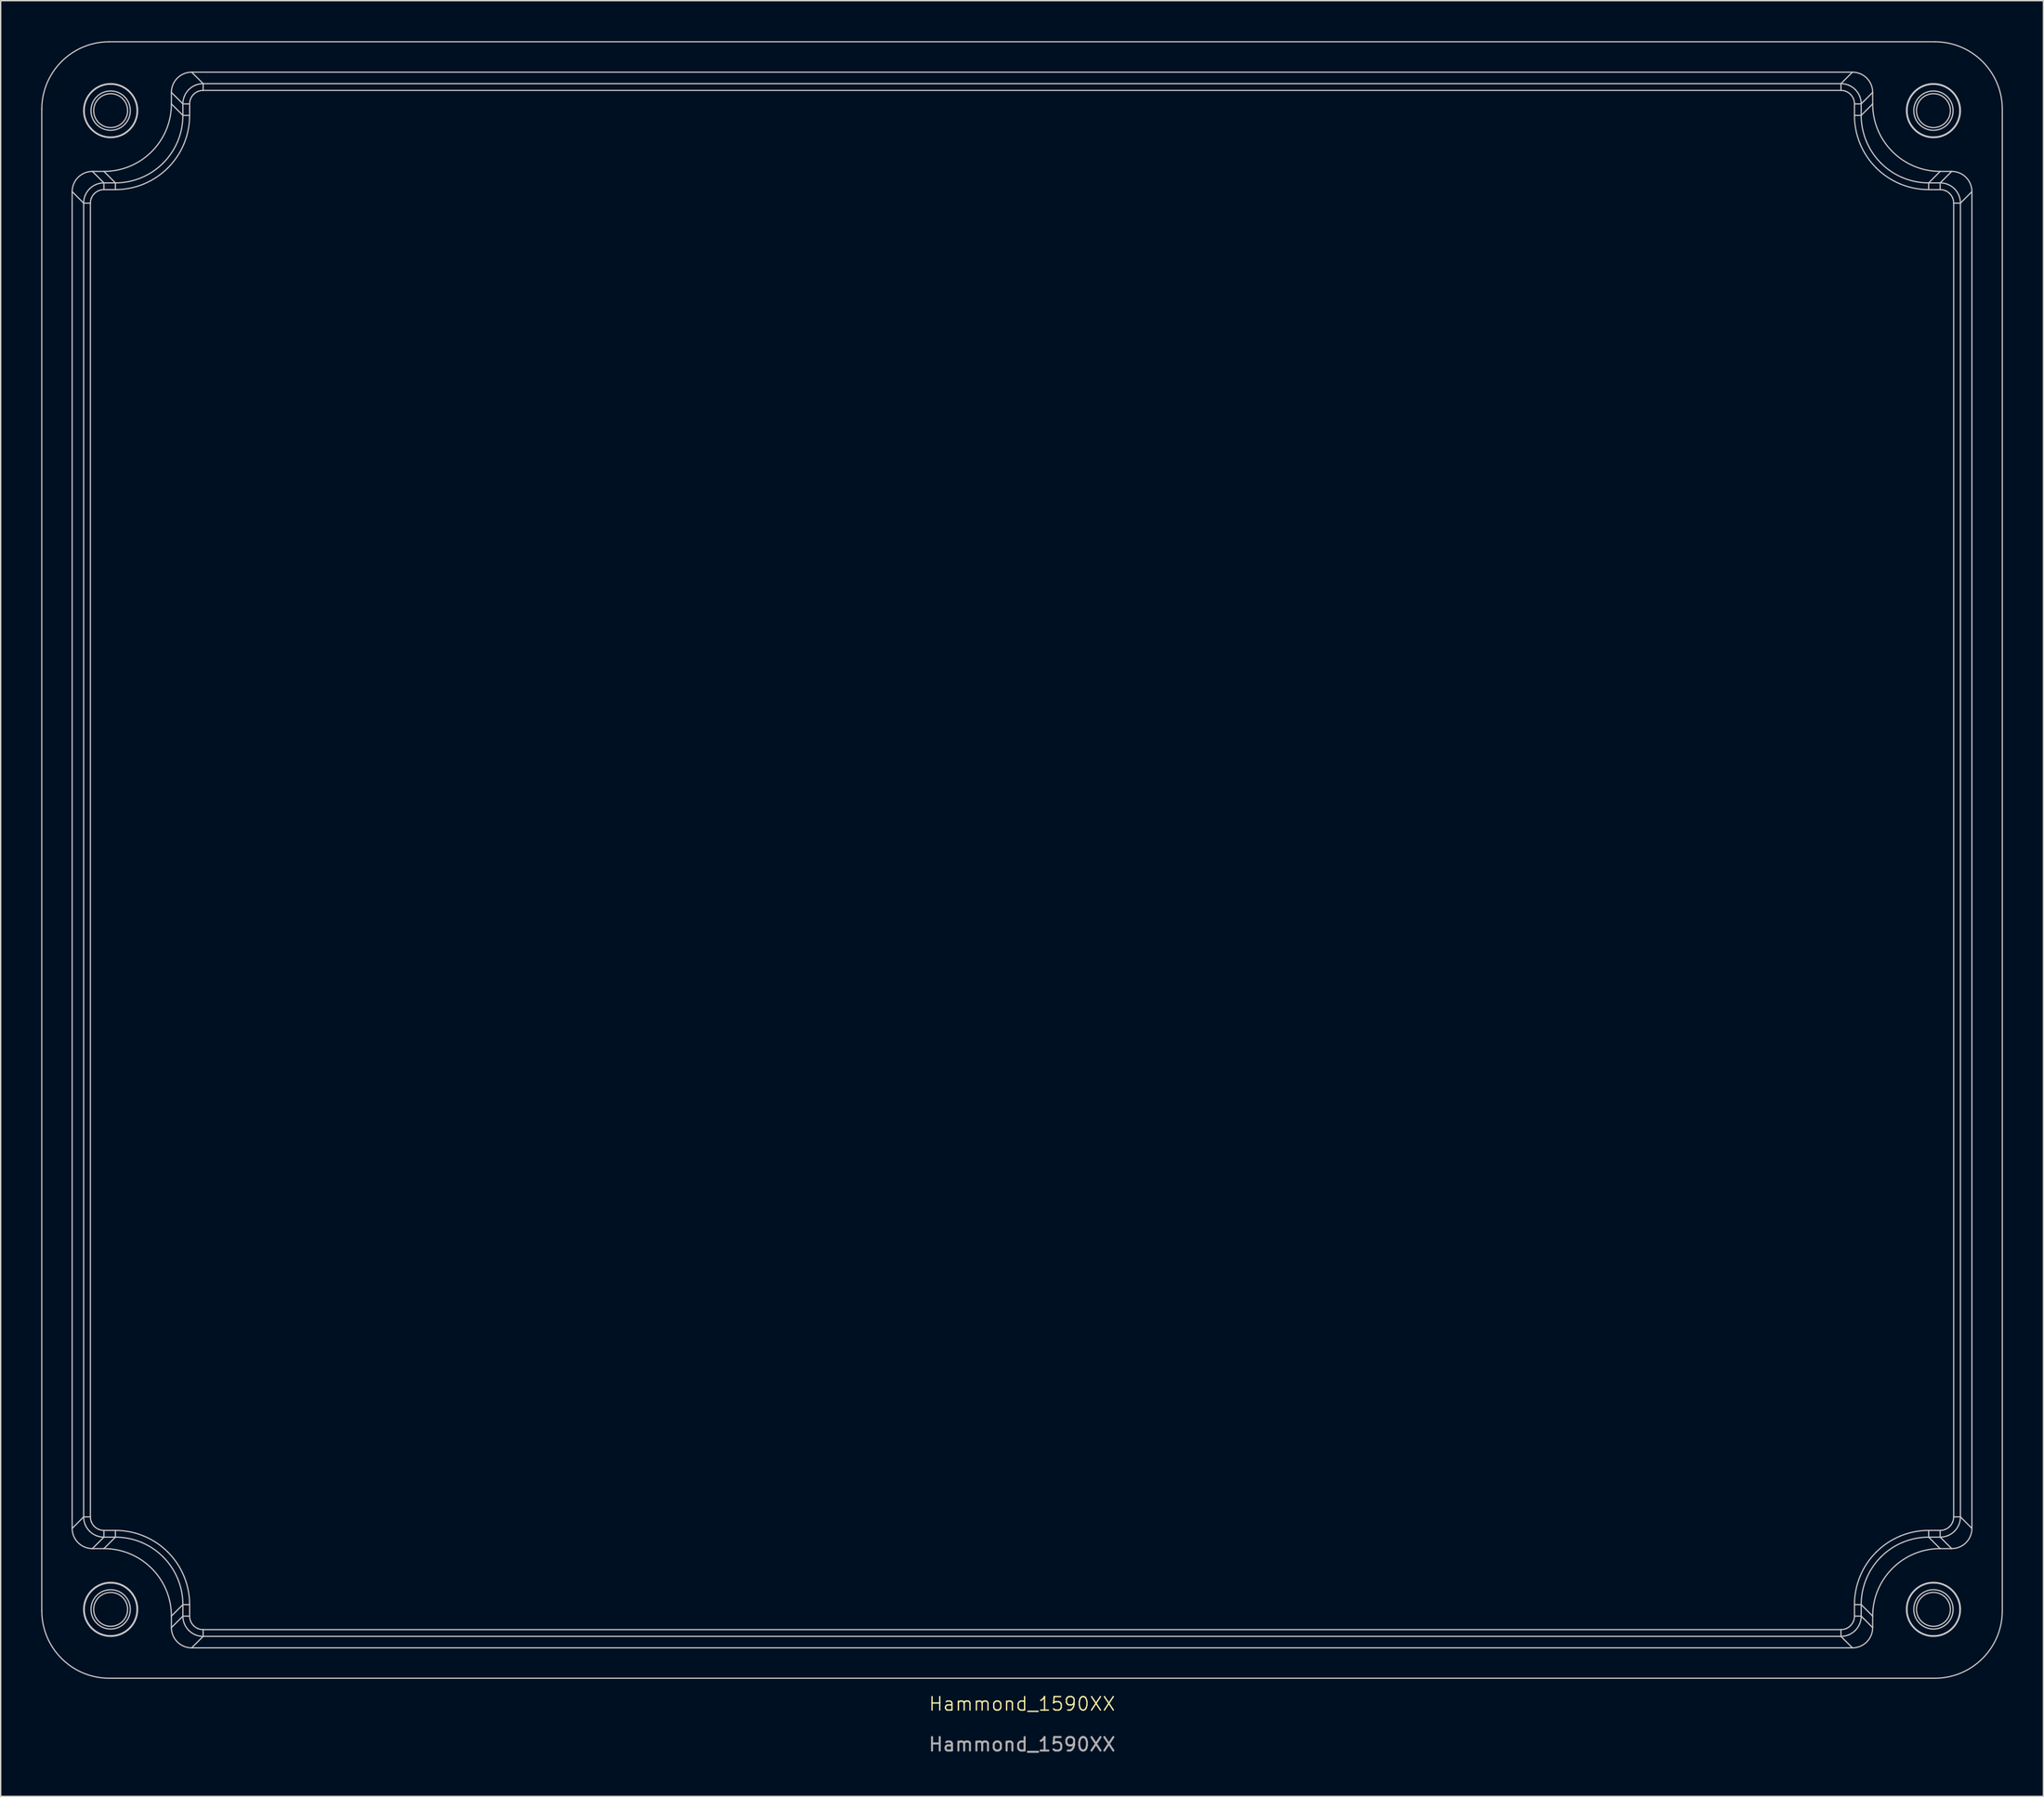
<source format=kicad_pcb>
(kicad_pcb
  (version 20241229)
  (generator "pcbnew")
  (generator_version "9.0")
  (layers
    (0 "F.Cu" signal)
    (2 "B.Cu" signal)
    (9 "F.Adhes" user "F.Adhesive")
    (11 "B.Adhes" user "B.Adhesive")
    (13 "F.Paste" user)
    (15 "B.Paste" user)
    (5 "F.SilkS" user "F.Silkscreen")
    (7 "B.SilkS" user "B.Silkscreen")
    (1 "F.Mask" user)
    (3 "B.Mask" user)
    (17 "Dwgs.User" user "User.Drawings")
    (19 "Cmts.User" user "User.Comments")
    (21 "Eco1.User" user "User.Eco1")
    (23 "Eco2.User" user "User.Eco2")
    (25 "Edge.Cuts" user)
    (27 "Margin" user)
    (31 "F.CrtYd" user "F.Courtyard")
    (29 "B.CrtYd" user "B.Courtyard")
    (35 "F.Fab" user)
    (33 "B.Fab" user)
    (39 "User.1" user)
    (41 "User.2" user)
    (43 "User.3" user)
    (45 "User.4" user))
  (footprint "Hammond_1590XX"
    (layer "F.Cu")
    (at 72.645 60.645)
    (property "Reference" "Hammond_1590XX" (at 0 62.5 0) (unlocked yes) (layer "F.SilkS") (effects (font (size 1 1) (thickness 0.1))))
    (fp_line (start -72.6 55.602) (end -72.6 -55.602) (stroke (width 0.09) (type solid)) (layer "Dwgs.User"))
    (fp_line (start -70.35 -49.501) (end -70.35 49.501) (stroke (width 0.09) (type solid)) (layer "Dwgs.User"))
    (fp_line (start -70.35 49.501) (end -69.5 48.65) (stroke (width 0.09) (type solid)) (layer "Dwgs.User"))
    (fp_line (start -69.5 -48.65) (end -70.35 -49.501) (stroke (width 0.09) (type solid)) (layer "Dwgs.User"))
    (fp_line (start -69.5 -48.65) (end -69 -48.65) (stroke (width 0.09) (type solid)) (layer "Dwgs.User"))
    (fp_line (start -69.5 48.65) (end -69.5 -48.65) (stroke (width 0.09) (type solid)) (layer "Dwgs.User"))
    (fp_line (start -69.5 48.65) (end -69 48.65) (stroke (width 0.09) (type solid)) (layer "Dwgs.User"))
    (fp_line (start -69 -48.65) (end -69 48.65) (stroke (width 0.09) (type solid)) (layer "Dwgs.User"))
    (fp_line (start -68.851 -51) (end -68 -50.15) (stroke (width 0.09) (type solid)) (layer "Dwgs.User"))
    (fp_line (start -68.851 51) (end -67.998 51) (stroke (width 0.09) (type solid)) (layer "Dwgs.User"))
    (fp_line (start -68 -50.15) (end -68 -49.65) (stroke (width 0.09) (type solid)) (layer "Dwgs.User"))
    (fp_line (start -68 -50.15) (end -67.148 -50.15) (stroke (width 0.09) (type solid)) (layer "Dwgs.User"))
    (fp_line (start -68 49.65) (end -67.148 49.65) (stroke (width 0.09) (type solid)) (layer "Dwgs.User"))
    (fp_line (start -68 50.15) (end -68.851 51) (stroke (width 0.09) (type solid)) (layer "Dwgs.User"))
    (fp_line (start -68 50.15) (end -68 49.65) (stroke (width 0.09) (type solid)) (layer "Dwgs.User"))
    (fp_line (start -67.998 -51) (end -68.851 -51) (stroke (width 0.09) (type solid)) (layer "Dwgs.User"))
    (fp_line (start -67.998 51) (end -67.148 50.15) (stroke (width 0.09) (type solid)) (layer "Dwgs.User"))
    (fp_line (start -67.602 -60.6) (end 67.602 -60.6) (stroke (width 0.09) (type solid)) (layer "Dwgs.User"))
    (fp_line (start -67.148 -50.15) (end -67.998 -51) (stroke (width 0.09) (type solid)) (layer "Dwgs.User"))
    (fp_line (start -67.148 -50.15) (end -67.148 -49.65) (stroke (width 0.09) (type solid)) (layer "Dwgs.User"))
    (fp_line (start -67.148 -49.65) (end -68 -49.65) (stroke (width 0.09) (type solid)) (layer "Dwgs.User"))
    (fp_line (start -67.148 50.15) (end -68 50.15) (stroke (width 0.09) (type solid)) (layer "Dwgs.User"))
    (fp_line (start -67.148 50.15) (end -67.148 49.65) (stroke (width 0.09) (type solid)) (layer "Dwgs.User"))
    (fp_line (start -63 -56.851) (end -63 -55.998) (stroke (width 0.09) (type solid)) (layer "Dwgs.User"))
    (fp_line (start -63 -55.998) (end -62.15 -55.148) (stroke (width 0.09) (type solid)) (layer "Dwgs.User"))
    (fp_line (start -63 55.998) (end -63 56.851) (stroke (width 0.09) (type solid)) (layer "Dwgs.User"))
    (fp_line (start -63 56.851) (end -62.15 56) (stroke (width 0.09) (type solid)) (layer "Dwgs.User"))
    (fp_line (start -62.15 -56) (end -63 -56.851) (stroke (width 0.09) (type solid)) (layer "Dwgs.User"))
    (fp_line (start -62.15 -56) (end -61.65 -56) (stroke (width 0.09) (type solid)) (layer "Dwgs.User"))
    (fp_line (start -62.15 -55.148) (end -62.15 -56) (stroke (width 0.09) (type solid)) (layer "Dwgs.User"))
    (fp_line (start -62.15 -55.148) (end -61.65 -55.148) (stroke (width 0.09) (type solid)) (layer "Dwgs.User"))
    (fp_line (start -62.15 55.148) (end -63 55.998) (stroke (width 0.09) (type solid)) (layer "Dwgs.User"))
    (fp_line (start -62.15 55.148) (end -61.65 55.148) (stroke (width 0.09) (type solid)) (layer "Dwgs.User"))
    (fp_line (start -62.15 56) (end -62.15 55.148) (stroke (width 0.09) (type solid)) (layer "Dwgs.User"))
    (fp_line (start -62.15 56) (end -61.65 56) (stroke (width 0.09) (type solid)) (layer "Dwgs.User"))
    (fp_line (start -61.65 -56) (end -61.65 -55.148) (stroke (width 0.09) (type solid)) (layer "Dwgs.User"))
    (fp_line (start -61.65 55.148) (end -61.65 56) (stroke (width 0.09) (type solid)) (layer "Dwgs.User"))
    (fp_line (start -61.501 -58.35) (end -60.65 -57.5) (stroke (width 0.09) (type solid)) (layer "Dwgs.User"))
    (fp_line (start -61.501 58.35) (end 61.501 58.35) (stroke (width 0.09) (type solid)) (layer "Dwgs.User"))
    (fp_line (start -60.65 -57.5) (end -60.65 -57) (stroke (width 0.09) (type solid)) (layer "Dwgs.User"))
    (fp_line (start -60.65 -57.5) (end 60.65 -57.5) (stroke (width 0.09) (type solid)) (layer "Dwgs.User"))
    (fp_line (start -60.65 57) (end -60.65 57.5) (stroke (width 0.09) (type solid)) (layer "Dwgs.User"))
    (fp_line (start -60.65 57) (end 60.65 57) (stroke (width 0.09) (type solid)) (layer "Dwgs.User"))
    (fp_line (start -60.65 57.5) (end -61.501 58.35) (stroke (width 0.09) (type solid)) (layer "Dwgs.User"))
    (fp_line (start 60.65 -57.5) (end 60.65 -57) (stroke (width 0.09) (type solid)) (layer "Dwgs.User"))
    (fp_line (start 60.65 -57.5) (end 61.501 -58.35) (stroke (width 0.09) (type solid)) (layer "Dwgs.User"))
    (fp_line (start 60.65 -57) (end -60.65 -57) (stroke (width 0.09) (type solid)) (layer "Dwgs.User"))
    (fp_line (start 60.65 57) (end 60.65 57.5) (stroke (width 0.09) (type solid)) (layer "Dwgs.User"))
    (fp_line (start 60.65 57.5) (end -60.65 57.5) (stroke (width 0.09) (type solid)) (layer "Dwgs.User"))
    (fp_line (start 61.501 -58.35) (end -61.501 -58.35) (stroke (width 0.09) (type solid)) (layer "Dwgs.User"))
    (fp_line (start 61.501 58.35) (end 60.65 57.5) (stroke (width 0.09) (type solid)) (layer "Dwgs.User"))
    (fp_line (start 61.65 -56) (end 62.15 -56) (stroke (width 0.09) (type solid)) (layer "Dwgs.User"))
    (fp_line (start 61.65 -55.148) (end 61.65 -56) (stroke (width 0.09) (type solid)) (layer "Dwgs.User"))
    (fp_line (start 61.65 -55.148) (end 62.15 -55.148) (stroke (width 0.09) (type solid)) (layer "Dwgs.User"))
    (fp_line (start 61.65 55.148) (end 62.15 55.148) (stroke (width 0.09) (type solid)) (layer "Dwgs.User"))
    (fp_line (start 61.65 56) (end 61.65 55.148) (stroke (width 0.09) (type solid)) (layer "Dwgs.User"))
    (fp_line (start 61.65 56) (end 62.15 56) (stroke (width 0.09) (type solid)) (layer "Dwgs.User"))
    (fp_line (start 62.15 -56) (end 62.15 -55.148) (stroke (width 0.09) (type solid)) (layer "Dwgs.User"))
    (fp_line (start 62.15 -55.148) (end 63 -55.998) (stroke (width 0.09) (type solid)) (layer "Dwgs.User"))
    (fp_line (start 62.15 55.148) (end 62.15 56) (stroke (width 0.09) (type solid)) (layer "Dwgs.User"))
    (fp_line (start 62.15 56) (end 63 56.851) (stroke (width 0.09) (type solid)) (layer "Dwgs.User"))
    (fp_line (start 63 -56.851) (end 62.15 -56) (stroke (width 0.09) (type solid)) (layer "Dwgs.User"))
    (fp_line (start 63 -55.998) (end 63 -56.851) (stroke (width 0.09) (type solid)) (layer "Dwgs.User"))
    (fp_line (start 63 55.998) (end 62.15 55.148) (stroke (width 0.09) (type solid)) (layer "Dwgs.User"))
    (fp_line (start 63 56.851) (end 63 55.998) (stroke (width 0.09) (type solid)) (layer "Dwgs.User"))
    (fp_line (start 67.148 -50.15) (end 68 -50.15) (stroke (width 0.09) (type solid)) (layer "Dwgs.User"))
    (fp_line (start 67.148 -49.65) (end 67.148 -50.15) (stroke (width 0.09) (type solid)) (layer "Dwgs.User"))
    (fp_line (start 67.148 49.65) (end 67.148 50.15) (stroke (width 0.09) (type solid)) (layer "Dwgs.User"))
    (fp_line (start 67.148 49.65) (end 68 49.65) (stroke (width 0.09) (type solid)) (layer "Dwgs.User"))
    (fp_line (start 67.148 50.15) (end 67.998 51) (stroke (width 0.09) (type solid)) (layer "Dwgs.User"))
    (fp_line (start 67.602 60.6) (end -67.602 60.6) (stroke (width 0.09) (type solid)) (layer "Dwgs.User"))
    (fp_line (start 67.998 -51) (end 67.148 -50.15) (stroke (width 0.09) (type solid)) (layer "Dwgs.User"))
    (fp_line (start 67.998 51) (end 68.851 51) (stroke (width 0.09) (type solid)) (layer "Dwgs.User"))
    (fp_line (start 68 -50.15) (end 68.851 -51) (stroke (width 0.09) (type solid)) (layer "Dwgs.User"))
    (fp_line (start 68 -49.65) (end 67.148 -49.65) (stroke (width 0.09) (type solid)) (layer "Dwgs.User"))
    (fp_line (start 68 -49.65) (end 68 -50.15) (stroke (width 0.09) (type solid)) (layer "Dwgs.User"))
    (fp_line (start 68 49.65) (end 68 50.15) (stroke (width 0.09) (type solid)) (layer "Dwgs.User"))
    (fp_line (start 68 50.15) (end 67.148 50.15) (stroke (width 0.09) (type solid)) (layer "Dwgs.User"))
    (fp_line (start 68.851 -51) (end 67.998 -51) (stroke (width 0.09) (type solid)) (layer "Dwgs.User"))
    (fp_line (start 68.851 51) (end 68 50.15) (stroke (width 0.09) (type solid)) (layer "Dwgs.User"))
    (fp_line (start 69 -48.65) (end 69.5 -48.65) (stroke (width 0.09) (type solid)) (layer "Dwgs.User"))
    (fp_line (start 69 48.65) (end 69 -48.65) (stroke (width 0.09) (type solid)) (layer "Dwgs.User"))
    (fp_line (start 69 48.65) (end 69.5 48.65) (stroke (width 0.09) (type solid)) (layer "Dwgs.User"))
    (fp_line (start 69.5 -48.65) (end 69.5 48.65) (stroke (width 0.09) (type solid)) (layer "Dwgs.User"))
    (fp_line (start 69.5 48.65) (end 70.35 49.501) (stroke (width 0.09) (type solid)) (layer "Dwgs.User"))
    (fp_line (start 70.35 -49.501) (end 69.5 -48.65) (stroke (width 0.09) (type solid)) (layer "Dwgs.User"))
    (fp_line (start 70.35 49.501) (end 70.35 -49.501) (stroke (width 0.09) (type solid)) (layer "Dwgs.User"))
    (fp_line (start 72.6 -55.602) (end 72.6 55.602) (stroke (width 0.09) (type solid)) (layer "Dwgs.User"))
    (fp_circle (center -67.5 -55.5) (end -69.5 -55.5) (stroke (width 0.09) (type solid)) (fill no) (layer "Dwgs.User"))
    (fp_circle (center -67.5 -55.5) (end -69.465 -55.5) (stroke (width 0.09) (type solid)) (fill no) (layer "Dwgs.User"))
    (fp_circle (center -67.5 -55.5) (end -69.464 -55.5) (stroke (width 0.09) (type solid)) (fill no) (layer "Dwgs.User"))
    (fp_circle (center -67.5 -55.5) (end -68.957 -55.5) (stroke (width 0.09) (type solid)) (fill no) (layer "Dwgs.User"))
    (fp_circle (center -67.5 -55.5) (end -68.756 -55.5) (stroke (width 0.09) (type solid)) (fill no) (layer "Dwgs.User"))
    (fp_circle (center -67.5 55.5) (end -69.5 55.5) (stroke (width 0.09) (type solid)) (fill no) (layer "Dwgs.User"))
    (fp_circle (center -67.5 55.5) (end -69.465 55.5) (stroke (width 0.09) (type solid)) (fill no) (layer "Dwgs.User"))
    (fp_circle (center -67.5 55.5) (end -69.455 55.5) (stroke (width 0.09) (type solid)) (fill no) (layer "Dwgs.User"))
    (fp_circle (center -67.5 55.5) (end -68.956 55.5) (stroke (width 0.09) (type solid)) (fill no) (layer "Dwgs.User"))
    (fp_circle (center -67.5 55.5) (end -68.756 55.5) (stroke (width 0.09) (type solid)) (fill no) (layer "Dwgs.User"))
    (fp_circle (center 67.5 -55.5) (end 65.5 -55.5) (stroke (width 0.09) (type solid)) (fill no) (layer "Dwgs.User"))
    (fp_circle (center 67.5 -55.5) (end 65.535 -55.5) (stroke (width 0.09) (type solid)) (fill no) (layer "Dwgs.User"))
    (fp_circle (center 67.5 -55.5) (end 65.545 -55.5) (stroke (width 0.09) (type solid)) (fill no) (layer "Dwgs.User"))
    (fp_circle (center 67.5 -55.5) (end 66.044 -55.5) (stroke (width 0.09) (type solid)) (fill no) (layer "Dwgs.User"))
    (fp_circle (center 67.5 -55.5) (end 66.244 -55.5) (stroke (width 0.09) (type solid)) (fill no) (layer "Dwgs.User"))
    (fp_circle (center 67.5 55.5) (end 65.5 55.5) (stroke (width 0.09) (type solid)) (fill no) (layer "Dwgs.User"))
    (fp_circle (center 67.5 55.5) (end 65.535 55.5) (stroke (width 0.09) (type solid)) (fill no) (layer "Dwgs.User"))
    (fp_circle (center 67.5 55.5) (end 65.536 55.5) (stroke (width 0.09) (type solid)) (fill no) (layer "Dwgs.User"))
    (fp_circle (center 67.5 55.5) (end 66.043 55.5) (stroke (width 0.09) (type solid)) (fill no) (layer "Dwgs.User"))
    (fp_circle (center 67.5 55.5) (end 66.244 55.5) (stroke (width 0.09) (type solid)) (fill no) (layer "Dwgs.User"))
    (fp_curve (pts (xy -72.6 55.602) (xy -72.6 58.363) (xy -70.363 60.6) (xy -67.602 60.6)) (stroke (width 0.09) (type solid)) (layer "Dwgs.User"))
    (fp_curve (pts (xy -70.35 49.501) (xy -70.35 50.329) (xy -69.679 51) (xy -68.851 51)) (stroke (width 0.09) (type solid)) (layer "Dwgs.User"))
    (fp_curve (pts (xy -69.5 -48.65) (xy -69.5 -48.847) (xy -69.461 -49.043) (xy -69.386 -49.224)) (stroke (width 0.09) (type solid)) (layer "Dwgs.User"))
    (fp_curve (pts (xy -69.386 -49.224) (xy -69.311 -49.406) (xy -69.199 -49.572) (xy -69.061 -49.711)) (stroke (width 0.09) (type solid)) (layer "Dwgs.User"))
    (fp_curve (pts (xy -69.386 49.224) (xy -69.461 49.043) (xy -69.5 48.847) (xy -69.5 48.65)) (stroke (width 0.09) (type solid)) (layer "Dwgs.User"))
    (fp_curve (pts (xy -69.061 -49.711) (xy -68.922 -49.849) (xy -68.756 -49.961) (xy -68.574 -50.036)) (stroke (width 0.09) (type solid)) (layer "Dwgs.User"))
    (fp_curve (pts (xy -69.061 49.711) (xy -69.199 49.572) (xy -69.311 49.406) (xy -69.386 49.224)) (stroke (width 0.09) (type solid)) (layer "Dwgs.User"))
    (fp_curve (pts (xy -69 48.65) (xy -69 48.781) (xy -68.974 48.912) (xy -68.924 49.033)) (stroke (width 0.09) (type solid)) (layer "Dwgs.User"))
    (fp_curve (pts (xy -68.924 -49.033) (xy -68.974 -48.912) (xy -69 -48.781) (xy -69 -48.65)) (stroke (width 0.09) (type solid)) (layer "Dwgs.User"))
    (fp_curve (pts (xy -68.924 49.033) (xy -68.874 49.154) (xy -68.8 49.265) (xy -68.707 49.357)) (stroke (width 0.09) (type solid)) (layer "Dwgs.User"))
    (fp_curve (pts (xy -68.851 -51) (xy -69.679 -51) (xy -70.35 -50.329) (xy -70.35 -49.501)) (stroke (width 0.09) (type solid)) (layer "Dwgs.User"))
    (fp_curve (pts (xy -68.707 -49.357) (xy -68.8 -49.265) (xy -68.874 -49.154) (xy -68.924 -49.033)) (stroke (width 0.09) (type solid)) (layer "Dwgs.User"))
    (fp_curve (pts (xy -68.707 49.357) (xy -68.615 49.45) (xy -68.504 49.524) (xy -68.383 49.574)) (stroke (width 0.09) (type solid)) (layer "Dwgs.User"))
    (fp_curve (pts (xy -68.574 -50.036) (xy -68.393 -50.111) (xy -68.197 -50.15) (xy -68 -50.15)) (stroke (width 0.09) (type solid)) (layer "Dwgs.User"))
    (fp_curve (pts (xy -68.574 50.036) (xy -68.756 49.961) (xy -68.922 49.849) (xy -69.061 49.711)) (stroke (width 0.09) (type solid)) (layer "Dwgs.User"))
    (fp_curve (pts (xy -68.383 -49.574) (xy -68.504 -49.524) (xy -68.615 -49.45) (xy -68.707 -49.357)) (stroke (width 0.09) (type solid)) (layer "Dwgs.User"))
    (fp_curve (pts (xy -68.383 49.574) (xy -68.262 49.624) (xy -68.131 49.65) (xy -68 49.65)) (stroke (width 0.09) (type solid)) (layer "Dwgs.User"))
    (fp_curve (pts (xy -68 -49.65) (xy -68.131 -49.65) (xy -68.262 -49.624) (xy -68.383 -49.574)) (stroke (width 0.09) (type solid)) (layer "Dwgs.User"))
    (fp_curve (pts (xy -68 50.15) (xy -68.197 50.15) (xy -68.393 50.111) (xy -68.574 50.036)) (stroke (width 0.09) (type solid)) (layer "Dwgs.User"))
    (fp_curve (pts (xy -67.998 -51) (xy -65.237 -51) (xy -63 -53.237) (xy -63 -55.998)) (stroke (width 0.09) (type solid)) (layer "Dwgs.User"))
    (fp_curve (pts (xy -67.602 -60.6) (xy -70.363 -60.6) (xy -72.6 -58.363) (xy -72.6 -55.602)) (stroke (width 0.09) (type solid)) (layer "Dwgs.User"))
    (fp_curve (pts (xy -67.148 -50.15) (xy -66.494 -50.15) (xy -65.84 -50.28) (xy -65.235 -50.53)) (stroke (width 0.09) (type solid)) (layer "Dwgs.User"))
    (fp_curve (pts (xy -67.148 49.65) (xy -66.428 49.65) (xy -65.709 49.793) (xy -65.044 50.069)) (stroke (width 0.09) (type solid)) (layer "Dwgs.User"))
    (fp_curve (pts (xy -65.235 -50.53) (xy -64.631 -50.781) (xy -64.076 -51.151) (xy -63.614 -51.614)) (stroke (width 0.09) (type solid)) (layer "Dwgs.User"))
    (fp_curve (pts (xy -65.235 50.53) (xy -65.84 50.28) (xy -66.494 50.15) (xy -67.148 50.15)) (stroke (width 0.09) (type solid)) (layer "Dwgs.User"))
    (fp_curve (pts (xy -65.044 -50.069) (xy -65.709 -49.793) (xy -66.428 -49.65) (xy -67.148 -49.65)) (stroke (width 0.09) (type solid)) (layer "Dwgs.User"))
    (fp_curve (pts (xy -65.044 50.069) (xy -64.379 50.344) (xy -63.769 50.751) (xy -63.26 51.26)) (stroke (width 0.09) (type solid)) (layer "Dwgs.User"))
    (fp_curve (pts (xy -63.614 -51.614) (xy -63.151 -52.076) (xy -62.781 -52.631) (xy -62.53 -53.235)) (stroke (width 0.09) (type solid)) (layer "Dwgs.User"))
    (fp_curve (pts (xy -63.614 51.614) (xy -64.076 51.151) (xy -64.631 50.781) (xy -65.235 50.53)) (stroke (width 0.09) (type solid)) (layer "Dwgs.User"))
    (fp_curve (pts (xy -63.26 -51.26) (xy -63.769 -50.751) (xy -64.379 -50.344) (xy -65.044 -50.069)) (stroke (width 0.09) (type solid)) (layer "Dwgs.User"))
    (fp_curve (pts (xy -63.26 51.26) (xy -62.751 51.769) (xy -62.344 52.379) (xy -62.069 53.044)) (stroke (width 0.09) (type solid)) (layer "Dwgs.User"))
    (fp_curve (pts (xy -63 55.998) (xy -63 53.237) (xy -65.237 51) (xy -67.998 51)) (stroke (width 0.09) (type solid)) (layer "Dwgs.User"))
    (fp_curve (pts (xy -63 56.851) (xy -63 57.679) (xy -62.329 58.35) (xy -61.501 58.35)) (stroke (width 0.09) (type solid)) (layer "Dwgs.User"))
    (fp_curve (pts (xy -62.53 -53.235) (xy -62.28 -53.84) (xy -62.15 -54.494) (xy -62.15 -55.148)) (stroke (width 0.09) (type solid)) (layer "Dwgs.User"))
    (fp_curve (pts (xy -62.53 53.235) (xy -62.781 52.631) (xy -63.151 52.076) (xy -63.614 51.614)) (stroke (width 0.09) (type solid)) (layer "Dwgs.User"))
    (fp_curve (pts (xy -62.15 -56) (xy -62.15 -56.197) (xy -62.111 -56.393) (xy -62.036 -56.574)) (stroke (width 0.09) (type solid)) (layer "Dwgs.User"))
    (fp_curve (pts (xy -62.15 55.148) (xy -62.15 54.494) (xy -62.28 53.84) (xy -62.53 53.235)) (stroke (width 0.09) (type solid)) (layer "Dwgs.User"))
    (fp_curve (pts (xy -62.069 -53.044) (xy -62.344 -52.379) (xy -62.751 -51.769) (xy -63.26 -51.26)) (stroke (width 0.09) (type solid)) (layer "Dwgs.User"))
    (fp_curve (pts (xy -62.069 53.044) (xy -61.793 53.709) (xy -61.65 54.428) (xy -61.65 55.148)) (stroke (width 0.09) (type solid)) (layer "Dwgs.User"))
    (fp_curve (pts (xy -62.036 -56.574) (xy -61.961 -56.756) (xy -61.849 -56.922) (xy -61.711 -57.061)) (stroke (width 0.09) (type solid)) (layer "Dwgs.User"))
    (fp_curve (pts (xy -62.036 56.574) (xy -62.111 56.393) (xy -62.15 56.197) (xy -62.15 56)) (stroke (width 0.09) (type solid)) (layer "Dwgs.User"))
    (fp_curve (pts (xy -61.711 -57.061) (xy -61.572 -57.199) (xy -61.406 -57.311) (xy -61.224 -57.386)) (stroke (width 0.09) (type solid)) (layer "Dwgs.User"))
    (fp_curve (pts (xy -61.711 57.061) (xy -61.849 56.922) (xy -61.961 56.756) (xy -62.036 56.574)) (stroke (width 0.09) (type solid)) (layer "Dwgs.User"))
    (fp_curve (pts (xy -61.65 -55.148) (xy -61.65 -54.428) (xy -61.793 -53.709) (xy -62.069 -53.044)) (stroke (width 0.09) (type solid)) (layer "Dwgs.User"))
    (fp_curve (pts (xy -61.65 56) (xy -61.65 56.131) (xy -61.624 56.262) (xy -61.574 56.383)) (stroke (width 0.09) (type solid)) (layer "Dwgs.User"))
    (fp_curve (pts (xy -61.574 -56.383) (xy -61.624 -56.262) (xy -61.65 -56.131) (xy -61.65 -56)) (stroke (width 0.09) (type solid)) (layer "Dwgs.User"))
    (fp_curve (pts (xy -61.574 56.383) (xy -61.524 56.504) (xy -61.45 56.615) (xy -61.357 56.707)) (stroke (width 0.09) (type solid)) (layer "Dwgs.User"))
    (fp_curve (pts (xy -61.501 -58.35) (xy -62.329 -58.35) (xy -63 -57.679) (xy -63 -56.851)) (stroke (width 0.09) (type solid)) (layer "Dwgs.User"))
    (fp_curve (pts (xy -61.357 -56.707) (xy -61.45 -56.615) (xy -61.524 -56.504) (xy -61.574 -56.383)) (stroke (width 0.09) (type solid)) (layer "Dwgs.User"))
    (fp_curve (pts (xy -61.357 56.707) (xy -61.265 56.8) (xy -61.154 56.874) (xy -61.033 56.924)) (stroke (width 0.09) (type solid)) (layer "Dwgs.User"))
    (fp_curve (pts (xy -61.224 -57.386) (xy -61.043 -57.461) (xy -60.847 -57.5) (xy -60.65 -57.5)) (stroke (width 0.09) (type solid)) (layer "Dwgs.User"))
    (fp_curve (pts (xy -61.224 57.386) (xy -61.406 57.311) (xy -61.572 57.199) (xy -61.711 57.061)) (stroke (width 0.09) (type solid)) (layer "Dwgs.User"))
    (fp_curve (pts (xy -61.033 -56.924) (xy -61.154 -56.874) (xy -61.265 -56.8) (xy -61.357 -56.707)) (stroke (width 0.09) (type solid)) (layer "Dwgs.User"))
    (fp_curve (pts (xy -61.033 56.924) (xy -60.912 56.974) (xy -60.781 57) (xy -60.65 57)) (stroke (width 0.09) (type solid)) (layer "Dwgs.User"))
    (fp_curve (pts (xy -60.65 -57) (xy -60.781 -57) (xy -60.912 -56.974) (xy -61.033 -56.924)) (stroke (width 0.09) (type solid)) (layer "Dwgs.User"))
    (fp_curve (pts (xy -60.65 57.5) (xy -60.847 57.5) (xy -61.043 57.461) (xy -61.224 57.386)) (stroke (width 0.09) (type solid)) (layer "Dwgs.User"))
    (fp_curve (pts (xy 60.65 -57.5) (xy 60.847 -57.5) (xy 61.043 -57.461) (xy 61.224 -57.386)) (stroke (width 0.09) (type solid)) (layer "Dwgs.User"))
    (fp_curve (pts (xy 60.65 57) (xy 60.781 57) (xy 60.912 56.974) (xy 61.033 56.924)) (stroke (width 0.09) (type solid)) (layer "Dwgs.User"))
    (fp_curve (pts (xy 61.033 -56.924) (xy 60.912 -56.974) (xy 60.781 -57) (xy 60.65 -57)) (stroke (width 0.09) (type solid)) (layer "Dwgs.User"))
    (fp_curve (pts (xy 61.033 56.924) (xy 61.154 56.874) (xy 61.265 56.8) (xy 61.357 56.707)) (stroke (width 0.09) (type solid)) (layer "Dwgs.User"))
    (fp_curve (pts (xy 61.224 -57.386) (xy 61.406 -57.311) (xy 61.572 -57.199) (xy 61.711 -57.061)) (stroke (width 0.09) (type solid)) (layer "Dwgs.User"))
    (fp_curve (pts (xy 61.224 57.386) (xy 61.043 57.461) (xy 60.847 57.5) (xy 60.65 57.5)) (stroke (width 0.09) (type solid)) (layer "Dwgs.User"))
    (fp_curve (pts (xy 61.357 -56.707) (xy 61.265 -56.8) (xy 61.154 -56.874) (xy 61.033 -56.924)) (stroke (width 0.09) (type solid)) (layer "Dwgs.User"))
    (fp_curve (pts (xy 61.357 56.707) (xy 61.45 56.615) (xy 61.524 56.504) (xy 61.574 56.383)) (stroke (width 0.09) (type solid)) (layer "Dwgs.User"))
    (fp_curve (pts (xy 61.501 58.35) (xy 62.329 58.35) (xy 63 57.679) (xy 63 56.851)) (stroke (width 0.09) (type solid)) (layer "Dwgs.User"))
    (fp_curve (pts (xy 61.574 -56.383) (xy 61.524 -56.504) (xy 61.45 -56.615) (xy 61.357 -56.707)) (stroke (width 0.09) (type solid)) (layer "Dwgs.User"))
    (fp_curve (pts (xy 61.574 56.383) (xy 61.624 56.262) (xy 61.65 56.131) (xy 61.65 56)) (stroke (width 0.09) (type solid)) (layer "Dwgs.User"))
    (fp_curve (pts (xy 61.65 -56) (xy 61.65 -56.131) (xy 61.624 -56.262) (xy 61.574 -56.383)) (stroke (width 0.09) (type solid)) (layer "Dwgs.User"))
    (fp_curve (pts (xy 61.65 55.148) (xy 61.65 54.428) (xy 61.793 53.709) (xy 62.069 53.044)) (stroke (width 0.09) (type solid)) (layer "Dwgs.User"))
    (fp_curve (pts (xy 61.711 -57.061) (xy 61.849 -56.922) (xy 61.961 -56.756) (xy 62.036 -56.574)) (stroke (width 0.09) (type solid)) (layer "Dwgs.User"))
    (fp_curve (pts (xy 61.711 57.061) (xy 61.572 57.199) (xy 61.406 57.311) (xy 61.224 57.386)) (stroke (width 0.09) (type solid)) (layer "Dwgs.User"))
    (fp_curve (pts (xy 62.036 -56.574) (xy 62.111 -56.393) (xy 62.15 -56.197) (xy 62.15 -56)) (stroke (width 0.09) (type solid)) (layer "Dwgs.User"))
    (fp_curve (pts (xy 62.036 56.574) (xy 61.961 56.756) (xy 61.849 56.922) (xy 61.711 57.061)) (stroke (width 0.09) (type solid)) (layer "Dwgs.User"))
    (fp_curve (pts (xy 62.069 -53.044) (xy 61.793 -53.709) (xy 61.65 -54.428) (xy 61.65 -55.148)) (stroke (width 0.09) (type solid)) (layer "Dwgs.User"))
    (fp_curve (pts (xy 62.069 53.044) (xy 62.344 52.379) (xy 62.751 51.769) (xy 63.26 51.26)) (stroke (width 0.09) (type solid)) (layer "Dwgs.User"))
    (fp_curve (pts (xy 62.15 -55.148) (xy 62.15 -54.494) (xy 62.28 -53.84) (xy 62.53 -53.235)) (stroke (width 0.09) (type solid)) (layer "Dwgs.User"))
    (fp_curve (pts (xy 62.15 56) (xy 62.15 56.197) (xy 62.111 56.393) (xy 62.036 56.574)) (stroke (width 0.09) (type solid)) (layer "Dwgs.User"))
    (fp_curve (pts (xy 62.53 -53.235) (xy 62.781 -52.631) (xy 63.151 -52.076) (xy 63.614 -51.614)) (stroke (width 0.09) (type solid)) (layer "Dwgs.User"))
    (fp_curve (pts (xy 62.53 53.235) (xy 62.28 53.84) (xy 62.15 54.494) (xy 62.15 55.148)) (stroke (width 0.09) (type solid)) (layer "Dwgs.User"))
    (fp_curve (pts (xy 63 -56.851) (xy 63 -57.679) (xy 62.329 -58.35) (xy 61.501 -58.35)) (stroke (width 0.09) (type solid)) (layer "Dwgs.User"))
    (fp_curve (pts (xy 63 -55.998) (xy 63 -53.237) (xy 65.237 -51) (xy 67.998 -51)) (stroke (width 0.09) (type solid)) (layer "Dwgs.User"))
    (fp_curve (pts (xy 63.26 -51.26) (xy 62.751 -51.769) (xy 62.344 -52.379) (xy 62.069 -53.044)) (stroke (width 0.09) (type solid)) (layer "Dwgs.User"))
    (fp_curve (pts (xy 63.26 51.26) (xy 63.769 50.751) (xy 64.379 50.344) (xy 65.044 50.069)) (stroke (width 0.09) (type solid)) (layer "Dwgs.User"))
    (fp_curve (pts (xy 63.614 -51.614) (xy 64.076 -51.151) (xy 64.631 -50.781) (xy 65.235 -50.53)) (stroke (width 0.09) (type solid)) (layer "Dwgs.User"))
    (fp_curve (pts (xy 63.614 51.614) (xy 63.151 52.076) (xy 62.781 52.631) (xy 62.53 53.235)) (stroke (width 0.09) (type solid)) (layer "Dwgs.User"))
    (fp_curve (pts (xy 65.044 -50.069) (xy 64.379 -50.344) (xy 63.769 -50.751) (xy 63.26 -51.26)) (stroke (width 0.09) (type solid)) (layer "Dwgs.User"))
    (fp_curve (pts (xy 65.044 50.069) (xy 65.709 49.793) (xy 66.428 49.65) (xy 67.148 49.65)) (stroke (width 0.09) (type solid)) (layer "Dwgs.User"))
    (fp_curve (pts (xy 65.235 -50.53) (xy 65.84 -50.28) (xy 66.494 -50.15) (xy 67.148 -50.15)) (stroke (width 0.09) (type solid)) (layer "Dwgs.User"))
    (fp_curve (pts (xy 65.235 50.53) (xy 64.631 50.781) (xy 64.076 51.151) (xy 63.614 51.614)) (stroke (width 0.09) (type solid)) (layer "Dwgs.User"))
    (fp_curve (pts (xy 67.148 -49.65) (xy 66.428 -49.65) (xy 65.709 -49.793) (xy 65.044 -50.069)) (stroke (width 0.09) (type solid)) (layer "Dwgs.User"))
    (fp_curve (pts (xy 67.148 50.15) (xy 66.494 50.15) (xy 65.84 50.28) (xy 65.235 50.53)) (stroke (width 0.09) (type solid)) (layer "Dwgs.User"))
    (fp_curve (pts (xy 67.602 60.6) (xy 70.363 60.6) (xy 72.6 58.363) (xy 72.6 55.602)) (stroke (width 0.09) (type solid)) (layer "Dwgs.User"))
    (fp_curve (pts (xy 67.998 51) (xy 65.237 51) (xy 63 53.237) (xy 63 55.998)) (stroke (width 0.09) (type solid)) (layer "Dwgs.User"))
    (fp_curve (pts (xy 68 -50.15) (xy 68.197 -50.15) (xy 68.393 -50.111) (xy 68.574 -50.036)) (stroke (width 0.09) (type solid)) (layer "Dwgs.User"))
    (fp_curve (pts (xy 68 49.65) (xy 68.131 49.65) (xy 68.262 49.624) (xy 68.383 49.574)) (stroke (width 0.09) (type solid)) (layer "Dwgs.User"))
    (fp_curve (pts (xy 68.383 -49.574) (xy 68.262 -49.624) (xy 68.131 -49.65) (xy 68 -49.65)) (stroke (width 0.09) (type solid)) (layer "Dwgs.User"))
    (fp_curve (pts (xy 68.383 49.574) (xy 68.504 49.524) (xy 68.615 49.45) (xy 68.707 49.357)) (stroke (width 0.09) (type solid)) (layer "Dwgs.User"))
    (fp_curve (pts (xy 68.574 -50.036) (xy 68.756 -49.961) (xy 68.922 -49.849) (xy 69.061 -49.711)) (stroke (width 0.09) (type solid)) (layer "Dwgs.User"))
    (fp_curve (pts (xy 68.574 50.036) (xy 68.393 50.111) (xy 68.197 50.15) (xy 68 50.15)) (stroke (width 0.09) (type solid)) (layer "Dwgs.User"))
    (fp_curve (pts (xy 68.707 -49.357) (xy 68.615 -49.45) (xy 68.504 -49.524) (xy 68.383 -49.574)) (stroke (width 0.09) (type solid)) (layer "Dwgs.User"))
    (fp_curve (pts (xy 68.707 49.357) (xy 68.8 49.265) (xy 68.874 49.154) (xy 68.924 49.033)) (stroke (width 0.09) (type solid)) (layer "Dwgs.User"))
    (fp_curve (pts (xy 68.851 51) (xy 69.679 51) (xy 70.35 50.329) (xy 70.35 49.501)) (stroke (width 0.09) (type solid)) (layer "Dwgs.User"))
    (fp_curve (pts (xy 68.924 -49.033) (xy 68.874 -49.154) (xy 68.8 -49.265) (xy 68.707 -49.357)) (stroke (width 0.09) (type solid)) (layer "Dwgs.User"))
    (fp_curve (pts (xy 68.924 49.033) (xy 68.974 48.912) (xy 69 48.781) (xy 69 48.65)) (stroke (width 0.09) (type solid)) (layer "Dwgs.User"))
    (fp_curve (pts (xy 69 -48.65) (xy 69 -48.781) (xy 68.974 -48.912) (xy 68.924 -49.033)) (stroke (width 0.09) (type solid)) (layer "Dwgs.User"))
    (fp_curve (pts (xy 69.061 -49.711) (xy 69.199 -49.572) (xy 69.311 -49.406) (xy 69.386 -49.224)) (stroke (width 0.09) (type solid)) (layer "Dwgs.User"))
    (fp_curve (pts (xy 69.061 49.711) (xy 68.922 49.849) (xy 68.756 49.961) (xy 68.574 50.036)) (stroke (width 0.09) (type solid)) (layer "Dwgs.User"))
    (fp_curve (pts (xy 69.386 -49.224) (xy 69.461 -49.043) (xy 69.5 -48.847) (xy 69.5 -48.65)) (stroke (width 0.09) (type solid)) (layer "Dwgs.User"))
    (fp_curve (pts (xy 69.386 49.224) (xy 69.311 49.406) (xy 69.199 49.572) (xy 69.061 49.711)) (stroke (width 0.09) (type solid)) (layer "Dwgs.User"))
    (fp_curve (pts (xy 69.5 48.65) (xy 69.5 48.847) (xy 69.461 49.043) (xy 69.386 49.224)) (stroke (width 0.09) (type solid)) (layer "Dwgs.User"))
    (fp_curve (pts (xy 70.35 -49.501) (xy 70.35 -50.329) (xy 69.679 -51) (xy 68.851 -51)) (stroke (width 0.09) (type solid)) (layer "Dwgs.User"))
    (fp_curve (pts (xy 72.6 -55.602) (xy 72.6 -58.363) (xy 70.363 -60.6) (xy 67.602 -60.6)) (stroke (width 0.09) (type solid)) (layer "Dwgs.User"))
    (fp_text user "${REFERENCE}" (at 0 65.5 0) (unlocked yes) (layer "F.Fab") (effects (font (size 1 1) (thickness 0.15)))))
  (gr_rect
    (start -3 -3)
    (end 148.29 129.993)
    (stroke (width 0.1) (type default))
    (fill no)
    (layer "Edge.Cuts")))
</source>
